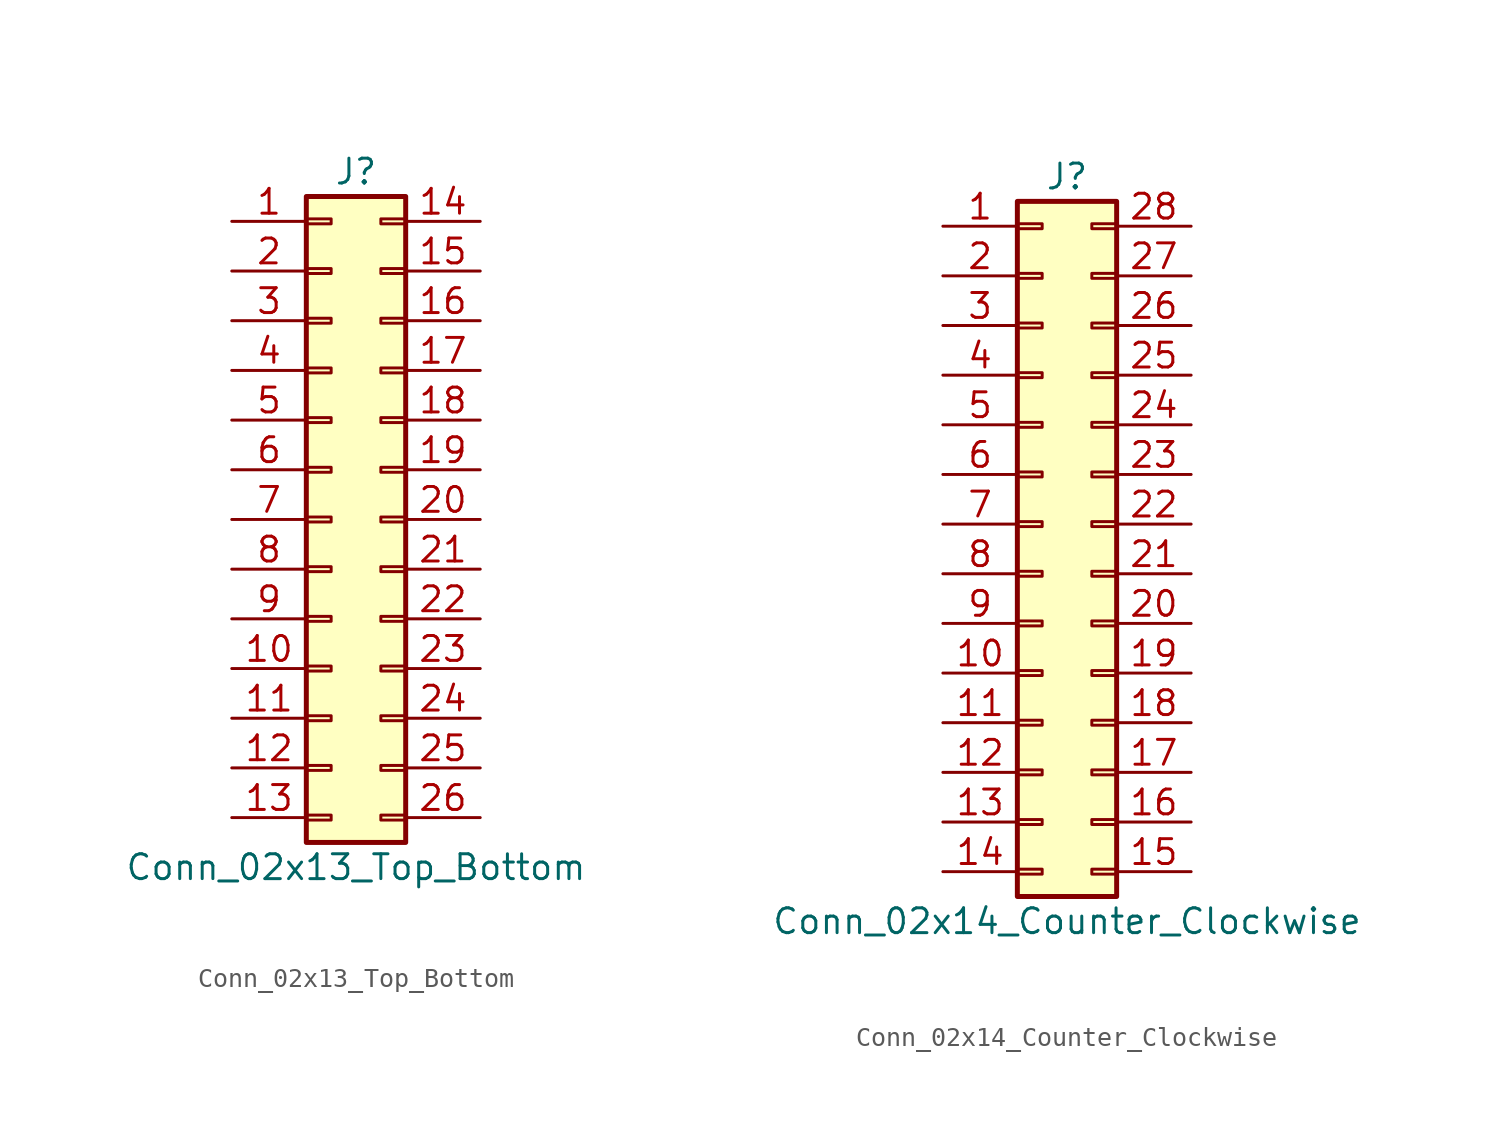
<source format=kicad_sym>
(kicad_symbol_lib
  (version 20220914)
  (generator kicad_symbol_editor)
  (symbol "Conn_02x13_Top_Bottom"
    (pin_names
      (offset 1.016) hide)
    (property "Reference" "J"
      (at 1.27 17.78 0)
      (effects (font (size 1.27 1.27))))
    (property "Value" "Conn_02x13_Top_Bottom"
      (at 1.27 -17.78 0)
      (effects (font (size 1.27 1.27))))
    (symbol "Conn_02x13_Top_Bottom_1_1"
      (rectangle (start -1.27 -15.113) (end 0 -15.367) (stroke (width 0.152) (type solid)) (fill (type none)))
      (rectangle (start -1.27 -12.573) (end 0 -12.827) (stroke (width 0.152) (type solid)) (fill (type none)))
      (rectangle (start -1.27 -10.033) (end 0 -10.287) (stroke (width 0.152) (type solid)) (fill (type none)))
      (rectangle (start -1.27 -7.493) (end 0 -7.747) (stroke (width 0.152) (type solid)) (fill (type none)))
      (rectangle (start -1.27 -4.953) (end 0 -5.207) (stroke (width 0.152) (type solid)) (fill (type none)))
      (rectangle (start -1.27 -2.413) (end 0 -2.667) (stroke (width 0.152) (type solid)) (fill (type none)))
      (rectangle (start -1.27 0.127) (end 0 -0.127) (stroke (width 0.152) (type solid)) (fill (type none)))
      (rectangle (start -1.27 2.667) (end 0 2.413) (stroke (width 0.152) (type solid)) (fill (type none)))
      (rectangle (start -1.27 5.207) (end 0 4.953) (stroke (width 0.152) (type solid)) (fill (type none)))
      (rectangle (start -1.27 7.747) (end 0 7.493) (stroke (width 0.152) (type solid)) (fill (type none)))
      (rectangle (start -1.27 10.287) (end 0 10.033) (stroke (width 0.152) (type solid)) (fill (type none)))
      (rectangle (start -1.27 12.827) (end 0 12.573) (stroke (width 0.152) (type solid)) (fill (type none)))
      (rectangle (start -1.27 15.367) (end 0 15.113) (stroke (width 0.152) (type solid)) (fill (type none)))
      (rectangle (start -1.27 16.51) (end 3.81 -16.51) (stroke (width 0.254) (type solid)) (fill (type background)))
      (rectangle (start 3.81 -15.113) (end 2.54 -15.367) (stroke (width 0.152) (type solid)) (fill (type none)))
      (rectangle (start 3.81 -12.573) (end 2.54 -12.827) (stroke (width 0.152) (type solid)) (fill (type none)))
      (rectangle (start 3.81 -10.033) (end 2.54 -10.287) (stroke (width 0.152) (type solid)) (fill (type none)))
      (rectangle (start 3.81 -7.493) (end 2.54 -7.747) (stroke (width 0.152) (type solid)) (fill (type none)))
      (rectangle (start 3.81 -4.953) (end 2.54 -5.207) (stroke (width 0.152) (type solid)) (fill (type none)))
      (rectangle (start 3.81 -2.413) (end 2.54 -2.667) (stroke (width 0.152) (type solid)) (fill (type none)))
      (rectangle (start 3.81 0.127) (end 2.54 -0.127) (stroke (width 0.152) (type solid)) (fill (type none)))
      (rectangle (start 3.81 2.667) (end 2.54 2.413) (stroke (width 0.152) (type solid)) (fill (type none)))
      (rectangle (start 3.81 5.207) (end 2.54 4.953) (stroke (width 0.152) (type solid)) (fill (type none)))
      (rectangle (start 3.81 7.747) (end 2.54 7.493) (stroke (width 0.152) (type solid)) (fill (type none)))
      (rectangle (start 3.81 10.287) (end 2.54 10.033) (stroke (width 0.152) (type solid)) (fill (type none)))
      (rectangle (start 3.81 12.827) (end 2.54 12.573) (stroke (width 0.152) (type solid)) (fill (type none)))
      (rectangle (start 3.81 15.367) (end 2.54 15.113) (stroke (width 0.152) (type solid)) (fill (type none)))
      (pin passive line (at -5.08 15.24 0) (length 3.81) (name "Pin_1" (effects (font (size 1.27 1.27)))) (number "1" (effects (font (size 1.27 1.27)))))
      (pin passive line (at -5.08 -7.62 0) (length 3.81) (name "Pin_10" (effects (font (size 1.27 1.27)))) (number "10" (effects (font (size 1.27 1.27)))))
      (pin passive line (at -5.08 -10.16 0) (length 3.81) (name "Pin_11" (effects (font (size 1.27 1.27)))) (number "11" (effects (font (size 1.27 1.27)))))
      (pin passive line (at -5.08 -12.7 0) (length 3.81) (name "Pin_12" (effects (font (size 1.27 1.27)))) (number "12" (effects (font (size 1.27 1.27)))))
      (pin passive line (at -5.08 -15.24 0) (length 3.81) (name "Pin_13" (effects (font (size 1.27 1.27)))) (number "13" (effects (font (size 1.27 1.27)))))
      (pin passive line (at 7.62 15.24 180) (length 3.81) (name "Pin_14" (effects (font (size 1.27 1.27)))) (number "14" (effects (font (size 1.27 1.27)))))
      (pin passive line (at 7.62 12.7 180) (length 3.81) (name "Pin_15" (effects (font (size 1.27 1.27)))) (number "15" (effects (font (size 1.27 1.27)))))
      (pin passive line (at 7.62 10.16 180) (length 3.81) (name "Pin_16" (effects (font (size 1.27 1.27)))) (number "16" (effects (font (size 1.27 1.27)))))
      (pin passive line (at 7.62 7.62 180) (length 3.81) (name "Pin_17" (effects (font (size 1.27 1.27)))) (number "17" (effects (font (size 1.27 1.27)))))
      (pin passive line (at 7.62 5.08 180) (length 3.81) (name "Pin_18" (effects (font (size 1.27 1.27)))) (number "18" (effects (font (size 1.27 1.27)))))
      (pin passive line (at 7.62 2.54 180) (length 3.81) (name "Pin_19" (effects (font (size 1.27 1.27)))) (number "19" (effects (font (size 1.27 1.27)))))
      (pin passive line (at -5.08 12.7 0) (length 3.81) (name "Pin_2" (effects (font (size 1.27 1.27)))) (number "2" (effects (font (size 1.27 1.27)))))
      (pin passive line (at 7.62 0 180) (length 3.81) (name "Pin_20" (effects (font (size 1.27 1.27)))) (number "20" (effects (font (size 1.27 1.27)))))
      (pin passive line (at 7.62 -2.54 180) (length 3.81) (name "Pin_21" (effects (font (size 1.27 1.27)))) (number "21" (effects (font (size 1.27 1.27)))))
      (pin passive line (at 7.62 -5.08 180) (length 3.81) (name "Pin_22" (effects (font (size 1.27 1.27)))) (number "22" (effects (font (size 1.27 1.27)))))
      (pin passive line (at 7.62 -7.62 180) (length 3.81) (name "Pin_23" (effects (font (size 1.27 1.27)))) (number "23" (effects (font (size 1.27 1.27)))))
      (pin passive line (at 7.62 -10.16 180) (length 3.81) (name "Pin_24" (effects (font (size 1.27 1.27)))) (number "24" (effects (font (size 1.27 1.27)))))
      (pin passive line (at 7.62 -12.7 180) (length 3.81) (name "Pin_25" (effects (font (size 1.27 1.27)))) (number "25" (effects (font (size 1.27 1.27)))))
      (pin passive line (at 7.62 -15.24 180) (length 3.81) (name "Pin_26" (effects (font (size 1.27 1.27)))) (number "26" (effects (font (size 1.27 1.27)))))
      (pin passive line (at -5.08 10.16 0) (length 3.81) (name "Pin_3" (effects (font (size 1.27 1.27)))) (number "3" (effects (font (size 1.27 1.27)))))
      (pin passive line (at -5.08 7.62 0) (length 3.81) (name "Pin_4" (effects (font (size 1.27 1.27)))) (number "4" (effects (font (size 1.27 1.27)))))
      (pin passive line (at -5.08 5.08 0) (length 3.81) (name "Pin_5" (effects (font (size 1.27 1.27)))) (number "5" (effects (font (size 1.27 1.27)))))
      (pin passive line (at -5.08 2.54 0) (length 3.81) (name "Pin_6" (effects (font (size 1.27 1.27)))) (number "6" (effects (font (size 1.27 1.27)))))
      (pin passive line (at -5.08 0 0) (length 3.81) (name "Pin_7" (effects (font (size 1.27 1.27)))) (number "7" (effects (font (size 1.27 1.27)))))
      (pin passive line (at -5.08 -2.54 0) (length 3.81) (name "Pin_8" (effects (font (size 1.27 1.27)))) (number "8" (effects (font (size 1.27 1.27)))))
      (pin passive line (at -5.08 -5.08 0) (length 3.81) (name "Pin_9" (effects (font (size 1.27 1.27)))) (number "9" (effects (font (size 1.27 1.27)))))))
  (symbol "Conn_02x14_Counter_Clockwise"
    (pin_names
      (offset 1.016) hide)
    (property "Reference" "J"
      (at 1.27 17.78 0)
      (effects (font (size 1.27 1.27))))
    (property "Value" "Conn_02x14_Counter_Clockwise"
      (at 1.27 -20.32 0)
      (effects (font (size 1.27 1.27))))
    (symbol "Conn_02x14_Counter_Clockwise_1_1"
      (rectangle (start -1.27 -17.653) (end 0 -17.907) (stroke (width 0.152) (type solid)) (fill (type none)))
      (rectangle (start -1.27 -15.113) (end 0 -15.367) (stroke (width 0.152) (type solid)) (fill (type none)))
      (rectangle (start -1.27 -12.573) (end 0 -12.827) (stroke (width 0.152) (type solid)) (fill (type none)))
      (rectangle (start -1.27 -10.033) (end 0 -10.287) (stroke (width 0.152) (type solid)) (fill (type none)))
      (rectangle (start -1.27 -7.493) (end 0 -7.747) (stroke (width 0.152) (type solid)) (fill (type none)))
      (rectangle (start -1.27 -4.953) (end 0 -5.207) (stroke (width 0.152) (type solid)) (fill (type none)))
      (rectangle (start -1.27 -2.413) (end 0 -2.667) (stroke (width 0.152) (type solid)) (fill (type none)))
      (rectangle (start -1.27 0.127) (end 0 -0.127) (stroke (width 0.152) (type solid)) (fill (type none)))
      (rectangle (start -1.27 2.667) (end 0 2.413) (stroke (width 0.152) (type solid)) (fill (type none)))
      (rectangle (start -1.27 5.207) (end 0 4.953) (stroke (width 0.152) (type solid)) (fill (type none)))
      (rectangle (start -1.27 7.747) (end 0 7.493) (stroke (width 0.152) (type solid)) (fill (type none)))
      (rectangle (start -1.27 10.287) (end 0 10.033) (stroke (width 0.152) (type solid)) (fill (type none)))
      (rectangle (start -1.27 12.827) (end 0 12.573) (stroke (width 0.152) (type solid)) (fill (type none)))
      (rectangle (start -1.27 15.367) (end 0 15.113) (stroke (width 0.152) (type solid)) (fill (type none)))
      (rectangle (start -1.27 16.51) (end 3.81 -19.05) (stroke (width 0.254) (type solid)) (fill (type background)))
      (rectangle (start 3.81 -17.653) (end 2.54 -17.907) (stroke (width 0.152) (type solid)) (fill (type none)))
      (rectangle (start 3.81 -15.113) (end 2.54 -15.367) (stroke (width 0.152) (type solid)) (fill (type none)))
      (rectangle (start 3.81 -12.573) (end 2.54 -12.827) (stroke (width 0.152) (type solid)) (fill (type none)))
      (rectangle (start 3.81 -10.033) (end 2.54 -10.287) (stroke (width 0.152) (type solid)) (fill (type none)))
      (rectangle (start 3.81 -7.493) (end 2.54 -7.747) (stroke (width 0.152) (type solid)) (fill (type none)))
      (rectangle (start 3.81 -4.953) (end 2.54 -5.207) (stroke (width 0.152) (type solid)) (fill (type none)))
      (rectangle (start 3.81 -2.413) (end 2.54 -2.667) (stroke (width 0.152) (type solid)) (fill (type none)))
      (rectangle (start 3.81 0.127) (end 2.54 -0.127) (stroke (width 0.152) (type solid)) (fill (type none)))
      (rectangle (start 3.81 2.667) (end 2.54 2.413) (stroke (width 0.152) (type solid)) (fill (type none)))
      (rectangle (start 3.81 5.207) (end 2.54 4.953) (stroke (width 0.152) (type solid)) (fill (type none)))
      (rectangle (start 3.81 7.747) (end 2.54 7.493) (stroke (width 0.152) (type solid)) (fill (type none)))
      (rectangle (start 3.81 10.287) (end 2.54 10.033) (stroke (width 0.152) (type solid)) (fill (type none)))
      (rectangle (start 3.81 12.827) (end 2.54 12.573) (stroke (width 0.152) (type solid)) (fill (type none)))
      (rectangle (start 3.81 15.367) (end 2.54 15.113) (stroke (width 0.152) (type solid)) (fill (type none)))
      (pin passive line (at -5.08 15.24 0) (length 3.81) (name "Pin_1" (effects (font (size 1.27 1.27)))) (number "1" (effects (font (size 1.27 1.27)))))
      (pin passive line (at -5.08 -7.62 0) (length 3.81) (name "Pin_10" (effects (font (size 1.27 1.27)))) (number "10" (effects (font (size 1.27 1.27)))))
      (pin passive line (at -5.08 -10.16 0) (length 3.81) (name "Pin_11" (effects (font (size 1.27 1.27)))) (number "11" (effects (font (size 1.27 1.27)))))
      (pin passive line (at -5.08 -12.7 0) (length 3.81) (name "Pin_12" (effects (font (size 1.27 1.27)))) (number "12" (effects (font (size 1.27 1.27)))))
      (pin passive line (at -5.08 -15.24 0) (length 3.81) (name "Pin_13" (effects (font (size 1.27 1.27)))) (number "13" (effects (font (size 1.27 1.27)))))
      (pin passive line (at -5.08 -17.78 0) (length 3.81) (name "Pin_14" (effects (font (size 1.27 1.27)))) (number "14" (effects (font (size 1.27 1.27)))))
      (pin passive line (at 7.62 -17.78 180) (length 3.81) (name "Pin_15" (effects (font (size 1.27 1.27)))) (number "15" (effects (font (size 1.27 1.27)))))
      (pin passive line (at 7.62 -15.24 180) (length 3.81) (name "Pin_16" (effects (font (size 1.27 1.27)))) (number "16" (effects (font (size 1.27 1.27)))))
      (pin passive line (at 7.62 -12.7 180) (length 3.81) (name "Pin_17" (effects (font (size 1.27 1.27)))) (number "17" (effects (font (size 1.27 1.27)))))
      (pin passive line (at 7.62 -10.16 180) (length 3.81) (name "Pin_18" (effects (font (size 1.27 1.27)))) (number "18" (effects (font (size 1.27 1.27)))))
      (pin passive line (at 7.62 -7.62 180) (length 3.81) (name "Pin_19" (effects (font (size 1.27 1.27)))) (number "19" (effects (font (size 1.27 1.27)))))
      (pin passive line (at -5.08 12.7 0) (length 3.81) (name "Pin_2" (effects (font (size 1.27 1.27)))) (number "2" (effects (font (size 1.27 1.27)))))
      (pin passive line (at 7.62 -5.08 180) (length 3.81) (name "Pin_20" (effects (font (size 1.27 1.27)))) (number "20" (effects (font (size 1.27 1.27)))))
      (pin passive line (at 7.62 -2.54 180) (length 3.81) (name "Pin_21" (effects (font (size 1.27 1.27)))) (number "21" (effects (font (size 1.27 1.27)))))
      (pin passive line (at 7.62 0 180) (length 3.81) (name "Pin_22" (effects (font (size 1.27 1.27)))) (number "22" (effects (font (size 1.27 1.27)))))
      (pin passive line (at 7.62 2.54 180) (length 3.81) (name "Pin_23" (effects (font (size 1.27 1.27)))) (number "23" (effects (font (size 1.27 1.27)))))
      (pin passive line (at 7.62 5.08 180) (length 3.81) (name "Pin_24" (effects (font (size 1.27 1.27)))) (number "24" (effects (font (size 1.27 1.27)))))
      (pin passive line (at 7.62 7.62 180) (length 3.81) (name "Pin_25" (effects (font (size 1.27 1.27)))) (number "25" (effects (font (size 1.27 1.27)))))
      (pin passive line (at 7.62 10.16 180) (length 3.81) (name "Pin_26" (effects (font (size 1.27 1.27)))) (number "26" (effects (font (size 1.27 1.27)))))
      (pin passive line (at 7.62 12.7 180) (length 3.81) (name "Pin_27" (effects (font (size 1.27 1.27)))) (number "27" (effects (font (size 1.27 1.27)))))
      (pin passive line (at 7.62 15.24 180) (length 3.81) (name "Pin_28" (effects (font (size 1.27 1.27)))) (number "28" (effects (font (size 1.27 1.27)))))
      (pin passive line (at -5.08 10.16 0) (length 3.81) (name "Pin_3" (effects (font (size 1.27 1.27)))) (number "3" (effects (font (size 1.27 1.27)))))
      (pin passive line (at -5.08 7.62 0) (length 3.81) (name "Pin_4" (effects (font (size 1.27 1.27)))) (number "4" (effects (font (size 1.27 1.27)))))
      (pin passive line (at -5.08 5.08 0) (length 3.81) (name "Pin_5" (effects (font (size 1.27 1.27)))) (number "5" (effects (font (size 1.27 1.27)))))
      (pin passive line (at -5.08 2.54 0) (length 3.81) (name "Pin_6" (effects (font (size 1.27 1.27)))) (number "6" (effects (font (size 1.27 1.27)))))
      (pin passive line (at -5.08 0 0) (length 3.81) (name "Pin_7" (effects (font (size 1.27 1.27)))) (number "7" (effects (font (size 1.27 1.27)))))
      (pin passive line (at -5.08 -2.54 0) (length 3.81) (name "Pin_8" (effects (font (size 1.27 1.27)))) (number "8" (effects (font (size 1.27 1.27)))))
      (pin passive line (at -5.08 -5.08 0) (length 3.81) (name "Pin_9" (effects (font (size 1.27 1.27)))) (number "9" (effects (font (size 1.27 1.27))))))))
</source>
